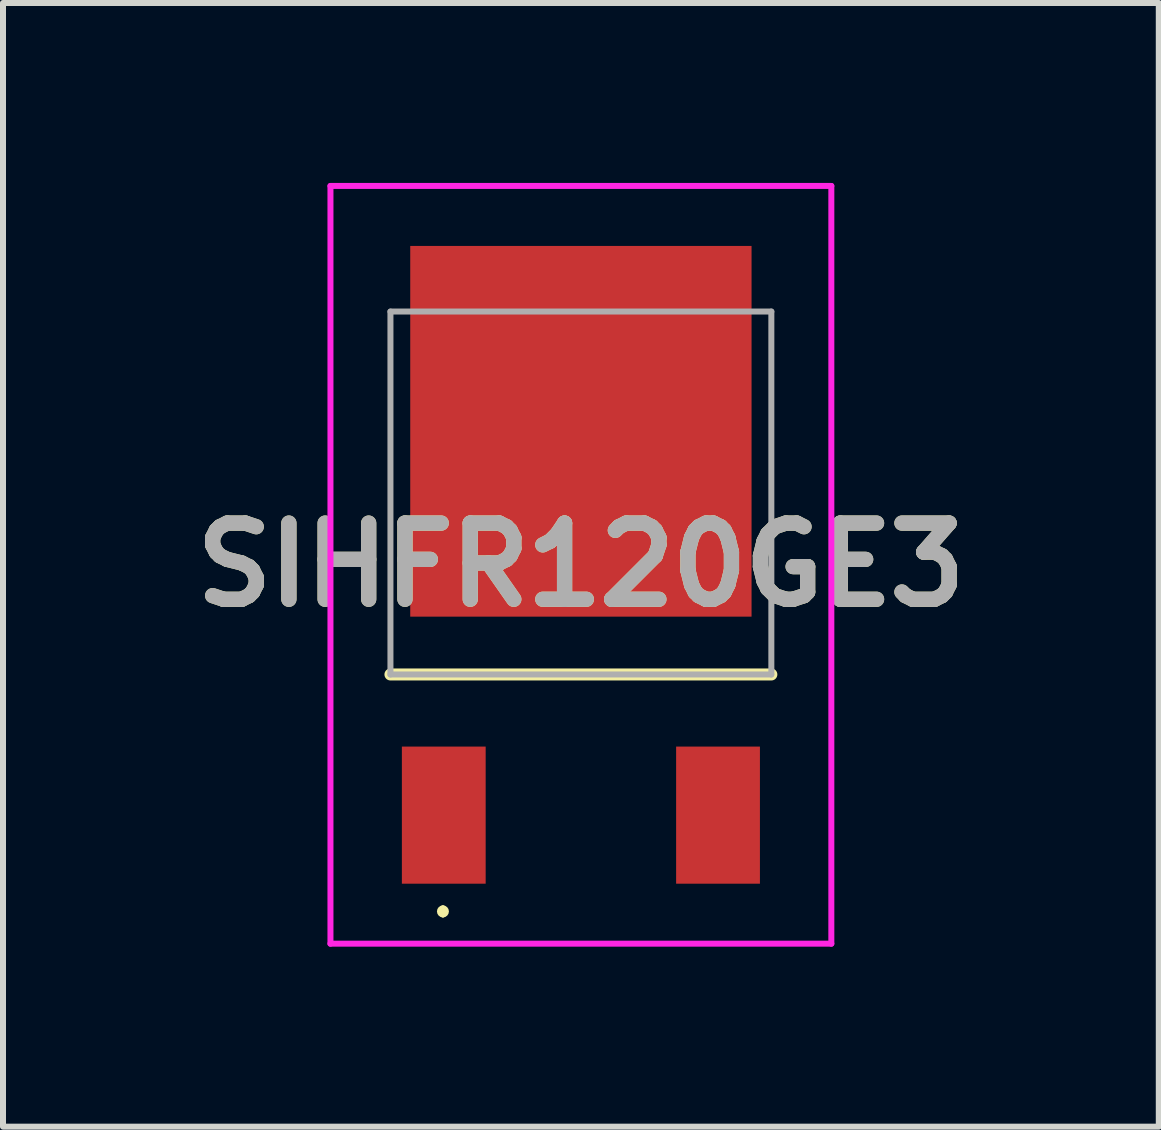
<source format=kicad_pcb>
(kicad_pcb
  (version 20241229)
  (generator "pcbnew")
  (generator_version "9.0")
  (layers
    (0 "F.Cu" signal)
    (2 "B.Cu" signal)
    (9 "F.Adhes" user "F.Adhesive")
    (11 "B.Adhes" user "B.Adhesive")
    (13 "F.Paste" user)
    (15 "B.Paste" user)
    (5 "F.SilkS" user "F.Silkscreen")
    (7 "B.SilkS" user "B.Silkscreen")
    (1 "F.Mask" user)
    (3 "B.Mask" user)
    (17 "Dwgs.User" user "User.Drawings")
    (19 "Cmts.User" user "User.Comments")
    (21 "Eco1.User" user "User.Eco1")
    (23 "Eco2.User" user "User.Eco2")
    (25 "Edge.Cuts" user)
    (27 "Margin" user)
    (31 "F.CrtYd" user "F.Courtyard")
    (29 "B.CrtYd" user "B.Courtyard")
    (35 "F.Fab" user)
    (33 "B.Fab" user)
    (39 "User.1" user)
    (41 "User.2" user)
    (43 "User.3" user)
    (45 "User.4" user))
  (footprint "SIHFR120GE3"
    (layer "F.Cu")
    (at 6.634 7.194)
    (property "Reference" "SIHFR120GE3" (at 0 -0.828 0) (layer "F.SilkS") (effects (font (size 1.27 1.27) (thickness 0.254))))
    (attr smd)
    (fp_line (start -3.175 1) (end 3.175 1) (stroke (width 0.2) (type solid)) (layer "F.SilkS"))
    (fp_line (start -2.3 4.9) (end -2.3 4.9) (stroke (width 0.1) (type solid)) (layer "F.SilkS"))
    (fp_line (start -2.3 5) (end -2.3 5) (stroke (width 0.1) (type solid)) (layer "F.SilkS"))
    (fp_arc (start -2.3 4.9) (mid -2.25 4.95) (end -2.3 5) (stroke (width 0.1) (type solid)) (layer "F.SilkS"))
    (fp_arc (start -2.3 5) (mid -2.35 4.95) (end -2.3 4.9) (stroke (width 0.1) (type solid)) (layer "F.SilkS"))
    (fp_line (start -4.175 -7.144) (end 4.175 -7.144) (stroke (width 0.1) (type solid)) (layer "F.CrtYd"))
    (fp_line (start -4.175 5.488) (end -4.175 -7.144) (stroke (width 0.1) (type solid)) (layer "F.CrtYd"))
    (fp_line (start 4.175 -7.144) (end 4.175 5.488) (stroke (width 0.1) (type solid)) (layer "F.CrtYd"))
    (fp_line (start 4.175 5.488) (end -4.175 5.488) (stroke (width 0.1) (type solid)) (layer "F.CrtYd"))
    (fp_line (start -3.175 -5.05) (end 3.175 -5.05) (stroke (width 0.1) (type solid)) (layer "F.Fab"))
    (fp_line (start -3.175 1) (end -3.175 -5.05) (stroke (width 0.1) (type solid)) (layer "F.Fab"))
    (fp_line (start 3.175 -5.05) (end 3.175 1) (stroke (width 0.1) (type solid)) (layer "F.Fab"))
    (fp_line (start 3.175 1) (end -3.175 1) (stroke (width 0.1) (type solid)) (layer "F.Fab"))
    (fp_text user "${REFERENCE}" (at 0 -0.828 0) (layer "F.Fab") (effects (font (size 1.27 1.27) (thickness 0.254))))
    (pad "1" smd rect (at -2.286 3.345) (size 1.397 2.286) (layers "F.Cu" "F.Mask" "F.Paste"))
    (pad "2" smd rect (at 2.286 3.345) (size 1.397 2.286) (layers "F.Cu" "F.Mask" "F.Paste"))
    (pad "3" smd rect (at 0 -3.054) (size 5.69 6.18) (layers "F.Cu" "F.Mask" "F.Paste")))
  (gr_rect
    (start -3 -3)
    (end 16.268 15.732)
    (stroke (width 0.1) (type default))
    (fill no)
    (layer "Edge.Cuts")))
</source>
